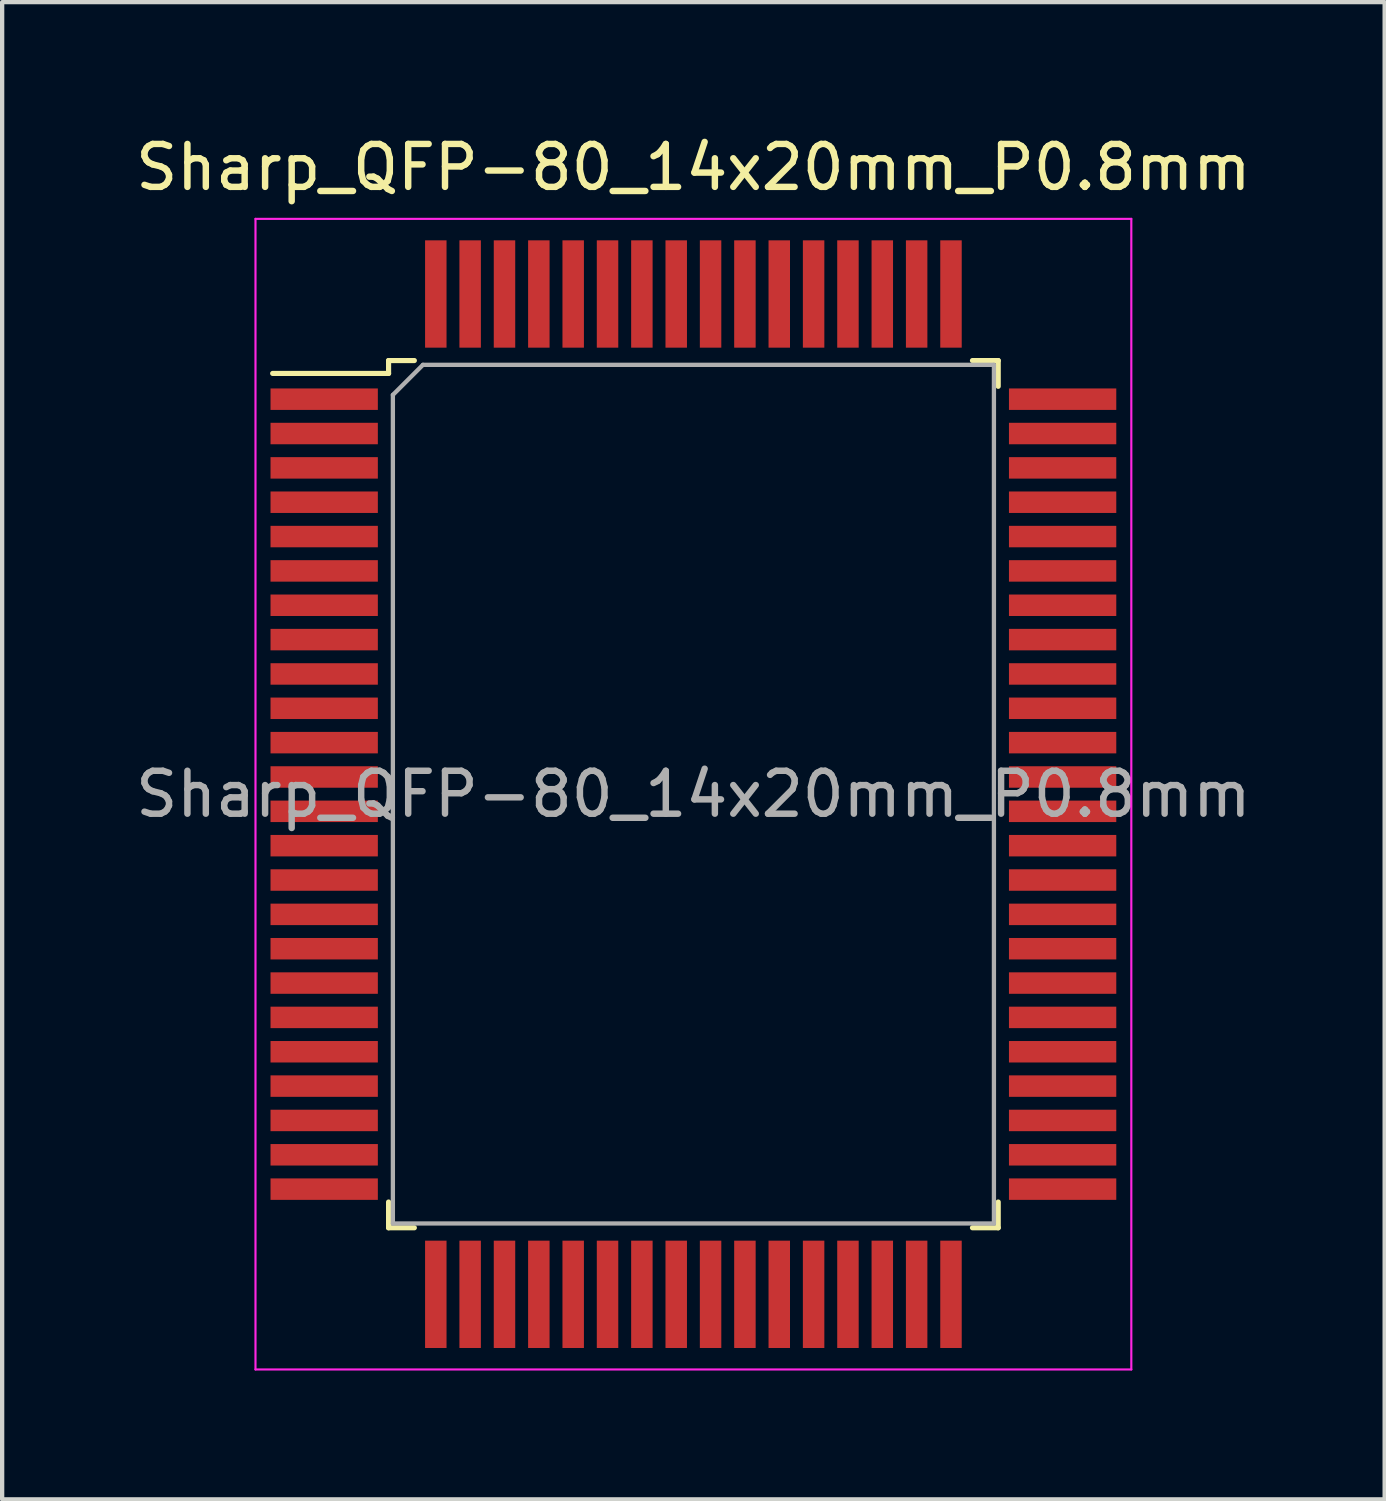
<source format=kicad_pcb>
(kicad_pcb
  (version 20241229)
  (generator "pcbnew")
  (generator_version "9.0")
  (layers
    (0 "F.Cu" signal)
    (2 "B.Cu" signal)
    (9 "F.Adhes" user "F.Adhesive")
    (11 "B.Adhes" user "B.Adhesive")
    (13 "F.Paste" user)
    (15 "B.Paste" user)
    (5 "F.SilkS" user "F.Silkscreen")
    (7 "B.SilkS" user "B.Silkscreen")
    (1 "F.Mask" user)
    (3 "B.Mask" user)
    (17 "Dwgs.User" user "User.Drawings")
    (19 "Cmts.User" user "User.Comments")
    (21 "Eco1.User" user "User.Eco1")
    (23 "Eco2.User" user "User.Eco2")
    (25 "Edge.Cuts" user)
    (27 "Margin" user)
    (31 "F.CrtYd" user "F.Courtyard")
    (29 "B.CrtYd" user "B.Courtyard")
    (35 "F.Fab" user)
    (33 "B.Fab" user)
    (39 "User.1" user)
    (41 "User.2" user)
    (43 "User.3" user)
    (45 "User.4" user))
  (footprint "Sharp_QFP-80_14x20mm_P0.8mm"
    (layer "F.Cu")
    (at 13.101 15.448)
    (property "Reference" "Sharp_QFP-80_14x20mm_P0.8mm" (at 0 -14.6 0) (layer "F.SilkS") (effects (font (size 1 1) (thickness 0.15))))
    (attr smd)
    (fp_line (start -7.1 -10.1) (end -7.1 -9.8) (stroke (width 0.12) (type solid)) (layer "F.SilkS"))
    (fp_line (start -7.1 -9.8) (end -9.8 -9.8) (stroke (width 0.12) (type solid)) (layer "F.SilkS"))
    (fp_line (start -7.1 9.5) (end -7.1 10.1) (stroke (width 0.12) (type solid)) (layer "F.SilkS"))
    (fp_line (start -7.1 10.1) (end -6.5 10.1) (stroke (width 0.12) (type solid)) (layer "F.SilkS"))
    (fp_line (start -6.5 -10.1) (end -7.1 -10.1) (stroke (width 0.12) (type solid)) (layer "F.SilkS"))
    (fp_line (start 6.5 -10.1) (end 7.1 -10.1) (stroke (width 0.12) (type solid)) (layer "F.SilkS"))
    (fp_line (start 7.1 -10.1) (end 7.1 -9.5) (stroke (width 0.12) (type solid)) (layer "F.SilkS"))
    (fp_line (start 7.1 9.5) (end 7.1 10.1) (stroke (width 0.12) (type solid)) (layer "F.SilkS"))
    (fp_line (start 7.1 10.1) (end 6.5 10.1) (stroke (width 0.12) (type solid)) (layer "F.SilkS"))
    (fp_line (start -10.2 -13.4) (end 10.2 -13.4) (stroke (width 0.05) (type solid)) (layer "F.CrtYd"))
    (fp_line (start -10.2 13.4) (end -10.2 -13.4) (stroke (width 0.05) (type solid)) (layer "F.CrtYd"))
    (fp_line (start 10.2 -13.4) (end 10.2 13.4) (stroke (width 0.05) (type solid)) (layer "F.CrtYd"))
    (fp_line (start 10.2 13.4) (end -10.2 13.4) (stroke (width 0.05) (type solid)) (layer "F.CrtYd"))
    (fp_line (start -7 -9.3) (end -7 10) (stroke (width 0.1) (type solid)) (layer "F.Fab"))
    (fp_line (start -7 10) (end 7 10) (stroke (width 0.1) (type solid)) (layer "F.Fab"))
    (fp_line (start -6.3 -10) (end -7 -9.3) (stroke (width 0.1) (type solid)) (layer "F.Fab"))
    (fp_line (start 7 -10) (end -6.3 -10) (stroke (width 0.1) (type solid)) (layer "F.Fab"))
    (fp_line (start 7 10) (end 7 -10) (stroke (width 0.1) (type solid)) (layer "F.Fab"))
    (fp_text user "${REFERENCE}" (at 0 0 0) (layer "F.Fab") (effects (font (size 1 1) (thickness 0.15))))
    (pad "1" smd rect (at -8.6 -9.2) (size 2.5 0.5) (layers "F.Cu" "F.Mask" "F.Paste"))
    (pad "2" smd rect (at -8.6 -8.4) (size 2.5 0.5) (layers "F.Cu" "F.Mask" "F.Paste"))
    (pad "3" smd rect (at -8.6 -7.6) (size 2.5 0.5) (layers "F.Cu" "F.Mask" "F.Paste"))
    (pad "4" smd rect (at -8.6 -6.8) (size 2.5 0.5) (layers "F.Cu" "F.Mask" "F.Paste"))
    (pad "5" smd rect (at -8.6 -6) (size 2.5 0.5) (layers "F.Cu" "F.Mask" "F.Paste"))
    (pad "6" smd rect (at -8.6 -5.2) (size 2.5 0.5) (layers "F.Cu" "F.Mask" "F.Paste"))
    (pad "7" smd rect (at -8.6 -4.4) (size 2.5 0.5) (layers "F.Cu" "F.Mask" "F.Paste"))
    (pad "8" smd rect (at -8.6 -3.6) (size 2.5 0.5) (layers "F.Cu" "F.Mask" "F.Paste"))
    (pad "9" smd rect (at -8.6 -2.8) (size 2.5 0.5) (layers "F.Cu" "F.Mask" "F.Paste"))
    (pad "10" smd rect (at -8.6 -2) (size 2.5 0.5) (layers "F.Cu" "F.Mask" "F.Paste"))
    (pad "11" smd rect (at -8.6 -1.2) (size 2.5 0.5) (layers "F.Cu" "F.Mask" "F.Paste"))
    (pad "12" smd rect (at -8.6 -0.4) (size 2.5 0.5) (layers "F.Cu" "F.Mask" "F.Paste"))
    (pad "13" smd rect (at -8.6 0.4) (size 2.5 0.5) (layers "F.Cu" "F.Mask" "F.Paste"))
    (pad "14" smd rect (at -8.6 1.2) (size 2.5 0.5) (layers "F.Cu" "F.Mask" "F.Paste"))
    (pad "15" smd rect (at -8.6 2) (size 2.5 0.5) (layers "F.Cu" "F.Mask" "F.Paste"))
    (pad "16" smd rect (at -8.6 2.8) (size 2.5 0.5) (layers "F.Cu" "F.Mask" "F.Paste"))
    (pad "17" smd rect (at -8.6 3.6) (size 2.5 0.5) (layers "F.Cu" "F.Mask" "F.Paste"))
    (pad "18" smd rect (at -8.6 4.4) (size 2.5 0.5) (layers "F.Cu" "F.Mask" "F.Paste"))
    (pad "19" smd rect (at -8.6 5.2) (size 2.5 0.5) (layers "F.Cu" "F.Mask" "F.Paste"))
    (pad "20" smd rect (at -8.6 6) (size 2.5 0.5) (layers "F.Cu" "F.Mask" "F.Paste"))
    (pad "21" smd rect (at -8.6 6.8) (size 2.5 0.5) (layers "F.Cu" "F.Mask" "F.Paste"))
    (pad "22" smd rect (at -8.6 7.6) (size 2.5 0.5) (layers "F.Cu" "F.Mask" "F.Paste"))
    (pad "23" smd rect (at -8.6 8.4) (size 2.5 0.5) (layers "F.Cu" "F.Mask" "F.Paste"))
    (pad "24" smd rect (at -8.6 9.2) (size 2.5 0.5) (layers "F.Cu" "F.Mask" "F.Paste"))
    (pad "25" smd rect (at -6 11.65 90) (size 2.5 0.5) (layers "F.Cu" "F.Mask" "F.Paste"))
    (pad "26" smd rect (at -5.2 11.65 90) (size 2.5 0.5) (layers "F.Cu" "F.Mask" "F.Paste"))
    (pad "27" smd rect (at -4.4 11.65 90) (size 2.5 0.5) (layers "F.Cu" "F.Mask" "F.Paste"))
    (pad "28" smd rect (at -3.6 11.65 90) (size 2.5 0.5) (layers "F.Cu" "F.Mask" "F.Paste"))
    (pad "29" smd rect (at -2.8 11.65 90) (size 2.5 0.5) (layers "F.Cu" "F.Mask" "F.Paste"))
    (pad "30" smd rect (at -2 11.65 90) (size 2.5 0.5) (layers "F.Cu" "F.Mask" "F.Paste"))
    (pad "31" smd rect (at -1.2 11.65 90) (size 2.5 0.5) (layers "F.Cu" "F.Mask" "F.Paste"))
    (pad "32" smd rect (at -0.4 11.65 90) (size 2.5 0.5) (layers "F.Cu" "F.Mask" "F.Paste"))
    (pad "33" smd rect (at 0.4 11.65 90) (size 2.5 0.5) (layers "F.Cu" "F.Mask" "F.Paste"))
    (pad "34" smd rect (at 1.2 11.65 90) (size 2.5 0.5) (layers "F.Cu" "F.Mask" "F.Paste"))
    (pad "35" smd rect (at 2 11.65 90) (size 2.5 0.5) (layers "F.Cu" "F.Mask" "F.Paste"))
    (pad "36" smd rect (at 2.8 11.65 90) (size 2.5 0.5) (layers "F.Cu" "F.Mask" "F.Paste"))
    (pad "37" smd rect (at 3.6 11.65 90) (size 2.5 0.5) (layers "F.Cu" "F.Mask" "F.Paste"))
    (pad "38" smd rect (at 4.4 11.65 90) (size 2.5 0.5) (layers "F.Cu" "F.Mask" "F.Paste"))
    (pad "39" smd rect (at 5.2 11.65 90) (size 2.5 0.5) (layers "F.Cu" "F.Mask" "F.Paste"))
    (pad "40" smd rect (at 6 11.65 90) (size 2.5 0.5) (layers "F.Cu" "F.Mask" "F.Paste"))
    (pad "41" smd rect (at 8.6 9.2 180) (size 2.5 0.5) (layers "F.Cu" "F.Mask" "F.Paste"))
    (pad "42" smd rect (at 8.6 8.4 180) (size 2.5 0.5) (layers "F.Cu" "F.Mask" "F.Paste"))
    (pad "43" smd rect (at 8.6 7.6 180) (size 2.5 0.5) (layers "F.Cu" "F.Mask" "F.Paste"))
    (pad "44" smd rect (at 8.6 6.8 180) (size 2.5 0.5) (layers "F.Cu" "F.Mask" "F.Paste"))
    (pad "45" smd rect (at 8.6 6 180) (size 2.5 0.5) (layers "F.Cu" "F.Mask" "F.Paste"))
    (pad "46" smd rect (at 8.6 5.2 180) (size 2.5 0.5) (layers "F.Cu" "F.Mask" "F.Paste"))
    (pad "47" smd rect (at 8.6 4.4 180) (size 2.5 0.5) (layers "F.Cu" "F.Mask" "F.Paste"))
    (pad "48" smd rect (at 8.6 3.6 180) (size 2.5 0.5) (layers "F.Cu" "F.Mask" "F.Paste"))
    (pad "49" smd rect (at 8.6 2.8 180) (size 2.5 0.5) (layers "F.Cu" "F.Mask" "F.Paste"))
    (pad "50" smd rect (at 8.6 2 180) (size 2.5 0.5) (layers "F.Cu" "F.Mask" "F.Paste"))
    (pad "51" smd rect (at 8.6 1.2 180) (size 2.5 0.5) (layers "F.Cu" "F.Mask" "F.Paste"))
    (pad "52" smd rect (at 8.6 0.4 180) (size 2.5 0.5) (layers "F.Cu" "F.Mask" "F.Paste"))
    (pad "53" smd rect (at 8.6 -0.4 180) (size 2.5 0.5) (layers "F.Cu" "F.Mask" "F.Paste"))
    (pad "54" smd rect (at 8.6 -1.2 180) (size 2.5 0.5) (layers "F.Cu" "F.Mask" "F.Paste"))
    (pad "55" smd rect (at 8.6 -2 180) (size 2.5 0.5) (layers "F.Cu" "F.Mask" "F.Paste"))
    (pad "56" smd rect (at 8.6 -2.8 180) (size 2.5 0.5) (layers "F.Cu" "F.Mask" "F.Paste"))
    (pad "57" smd rect (at 8.6 -3.6 180) (size 2.5 0.5) (layers "F.Cu" "F.Mask" "F.Paste"))
    (pad "58" smd rect (at 8.6 -4.4 180) (size 2.5 0.5) (layers "F.Cu" "F.Mask" "F.Paste"))
    (pad "59" smd rect (at 8.6 -5.2 180) (size 2.5 0.5) (layers "F.Cu" "F.Mask" "F.Paste"))
    (pad "60" smd rect (at 8.6 -6 180) (size 2.5 0.5) (layers "F.Cu" "F.Mask" "F.Paste"))
    (pad "61" smd rect (at 8.6 -6.8 180) (size 2.5 0.5) (layers "F.Cu" "F.Mask" "F.Paste"))
    (pad "62" smd rect (at 8.6 -7.6 180) (size 2.5 0.5) (layers "F.Cu" "F.Mask" "F.Paste"))
    (pad "63" smd rect (at 8.6 -8.4 180) (size 2.5 0.5) (layers "F.Cu" "F.Mask" "F.Paste"))
    (pad "64" smd rect (at 8.6 -9.2 180) (size 2.5 0.5) (layers "F.Cu" "F.Mask" "F.Paste"))
    (pad "65" smd rect (at 6 -11.65 270) (size 2.5 0.5) (layers "F.Cu" "F.Mask" "F.Paste"))
    (pad "66" smd rect (at 5.2 -11.65 270) (size 2.5 0.5) (layers "F.Cu" "F.Mask" "F.Paste"))
    (pad "67" smd rect (at 4.4 -11.65 270) (size 2.5 0.5) (layers "F.Cu" "F.Mask" "F.Paste"))
    (pad "68" smd rect (at 3.6 -11.65 270) (size 2.5 0.5) (layers "F.Cu" "F.Mask" "F.Paste"))
    (pad "69" smd rect (at 2.8 -11.65 270) (size 2.5 0.5) (layers "F.Cu" "F.Mask" "F.Paste"))
    (pad "70" smd rect (at 2 -11.65 270) (size 2.5 0.5) (layers "F.Cu" "F.Mask" "F.Paste"))
    (pad "71" smd rect (at 1.2 -11.65 270) (size 2.5 0.5) (layers "F.Cu" "F.Mask" "F.Paste"))
    (pad "72" smd rect (at 0.4 -11.65 270) (size 2.5 0.5) (layers "F.Cu" "F.Mask" "F.Paste"))
    (pad "73" smd rect (at -0.4 -11.65 270) (size 2.5 0.5) (layers "F.Cu" "F.Mask" "F.Paste"))
    (pad "74" smd rect (at -1.2 -11.65 270) (size 2.5 0.5) (layers "F.Cu" "F.Mask" "F.Paste"))
    (pad "75" smd rect (at -2 -11.65 270) (size 2.5 0.5) (layers "F.Cu" "F.Mask" "F.Paste"))
    (pad "76" smd rect (at -2.8 -11.65 270) (size 2.5 0.5) (layers "F.Cu" "F.Mask" "F.Paste"))
    (pad "77" smd rect (at -3.6 -11.65 270) (size 2.5 0.5) (layers "F.Cu" "F.Mask" "F.Paste"))
    (pad "78" smd rect (at -4.4 -11.65 270) (size 2.5 0.5) (layers "F.Cu" "F.Mask" "F.Paste"))
    (pad "79" smd rect (at -5.2 -11.65 270) (size 2.5 0.5) (layers "F.Cu" "F.Mask" "F.Paste"))
    (pad "80" smd rect (at -6 -11.65 270) (size 2.5 0.5) (layers "F.Cu" "F.Mask" "F.Paste")))
  (gr_rect
    (start -3 -3)
    (end 29.202 31.873)
    (stroke (width 0.1) (type default))
    (fill no)
    (layer "Edge.Cuts")))
</source>
